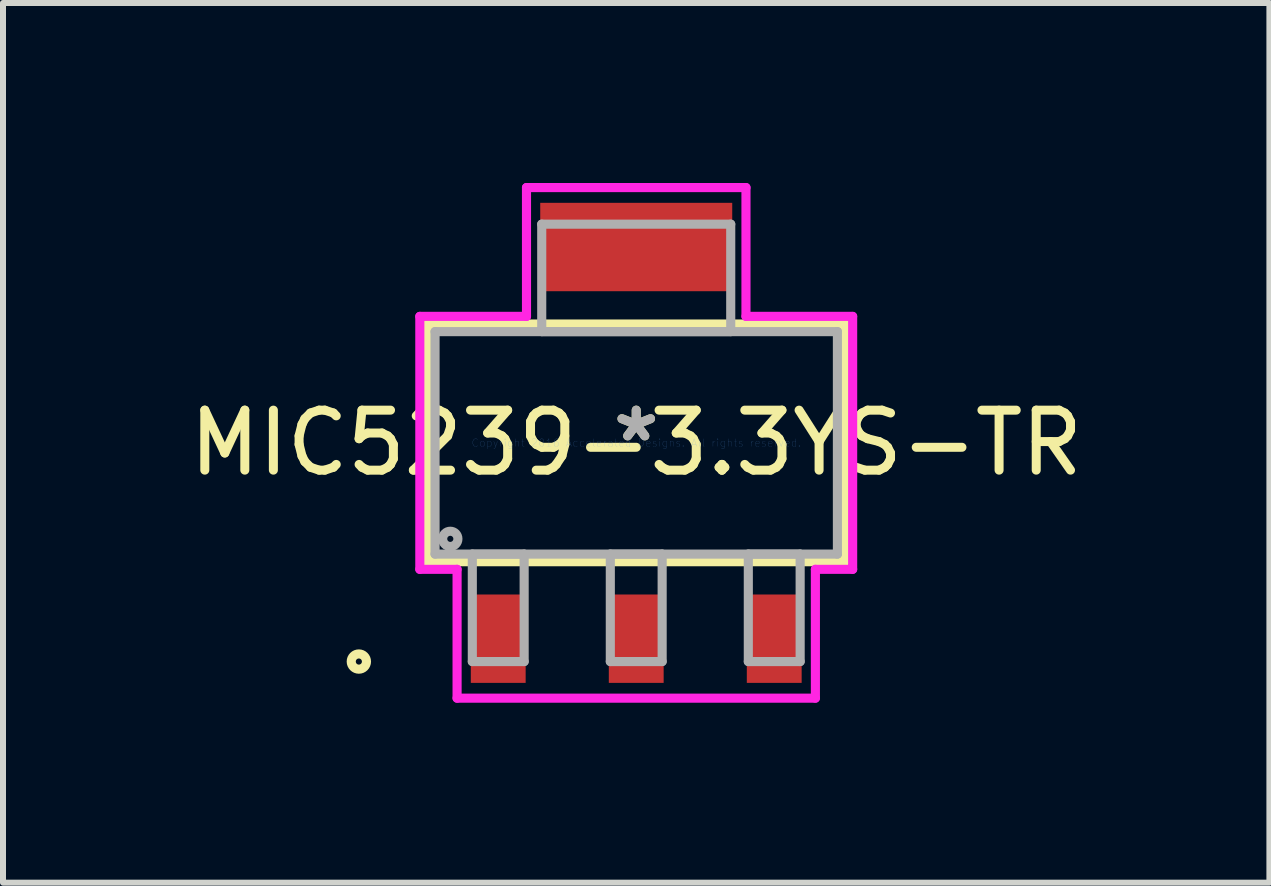
<source format=kicad_pcb>
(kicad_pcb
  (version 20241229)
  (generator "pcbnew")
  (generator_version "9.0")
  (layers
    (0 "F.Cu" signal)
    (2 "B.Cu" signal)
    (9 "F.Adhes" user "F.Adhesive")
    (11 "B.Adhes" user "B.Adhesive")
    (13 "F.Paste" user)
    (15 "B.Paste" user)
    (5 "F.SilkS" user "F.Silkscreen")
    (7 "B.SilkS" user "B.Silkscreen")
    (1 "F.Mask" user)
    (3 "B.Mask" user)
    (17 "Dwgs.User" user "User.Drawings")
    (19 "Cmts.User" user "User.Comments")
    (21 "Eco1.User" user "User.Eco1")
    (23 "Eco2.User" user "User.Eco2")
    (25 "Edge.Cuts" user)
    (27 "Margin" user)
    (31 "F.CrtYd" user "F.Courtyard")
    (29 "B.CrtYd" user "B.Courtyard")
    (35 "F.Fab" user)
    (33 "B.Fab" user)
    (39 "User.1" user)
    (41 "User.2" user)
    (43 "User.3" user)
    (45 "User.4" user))
  (footprint "MIC5239-3.3YS-TR"
    (layer "F.Cu")
    (at 7.554 4.331)
    (property "Reference" "MIC5239-3.3YS-TR" (at 0 0 0) (layer "F.SilkS") (effects (font (size 1 1) (thickness 0.15))))
    (attr through_hole)
    (fp_line (start -3.48 -1.981) (end -3.48 1.981) (stroke (width 0.152) (type solid)) (layer "F.SilkS"))
    (fp_line (start -3.48 1.981) (end 3.48 1.981) (stroke (width 0.152) (type solid)) (layer "F.SilkS"))
    (fp_line (start 3.48 -1.981) (end -3.48 -1.981) (stroke (width 0.152) (type solid)) (layer "F.SilkS"))
    (fp_line (start 3.48 1.981) (end 3.48 -1.981) (stroke (width 0.152) (type solid)) (layer "F.SilkS"))
    (fp_circle (center -4.623 3.645) (end -4.496 3.645) (stroke (width 0.152) (type solid)) (fill no) (layer "F.SilkS"))
    (fp_line (start -3.607 -2.108) (end -1.829 -2.108) (stroke (width 0.152) (type solid)) (layer "F.CrtYd"))
    (fp_line (start -3.607 2.108) (end -3.607 -2.108) (stroke (width 0.152) (type solid)) (layer "F.CrtYd"))
    (fp_line (start -2.986 2.108) (end -3.607 2.108) (stroke (width 0.152) (type solid)) (layer "F.CrtYd"))
    (fp_line (start -2.986 4.255) (end -2.986 2.108) (stroke (width 0.152) (type solid)) (layer "F.CrtYd"))
    (fp_line (start -1.829 -4.255) (end 1.829 -4.255) (stroke (width 0.152) (type solid)) (layer "F.CrtYd"))
    (fp_line (start -1.829 -2.108) (end -1.829 -4.255) (stroke (width 0.152) (type solid)) (layer "F.CrtYd"))
    (fp_line (start 1.829 -4.255) (end 1.829 -2.108) (stroke (width 0.152) (type solid)) (layer "F.CrtYd"))
    (fp_line (start 1.829 -2.108) (end 3.607 -2.108) (stroke (width 0.152) (type solid)) (layer "F.CrtYd"))
    (fp_line (start 2.986 2.108) (end 2.986 4.255) (stroke (width 0.152) (type solid)) (layer "F.CrtYd"))
    (fp_line (start 2.986 4.255) (end -2.986 4.255) (stroke (width 0.152) (type solid)) (layer "F.CrtYd"))
    (fp_line (start 3.607 -2.108) (end 3.607 2.108) (stroke (width 0.152) (type solid)) (layer "F.CrtYd"))
    (fp_line (start 3.607 2.108) (end 2.986 2.108) (stroke (width 0.152) (type solid)) (layer "F.CrtYd"))
    (fp_line (start -3.353 -1.854) (end -3.353 1.854) (stroke (width 0.152) (type solid)) (layer "F.Fab"))
    (fp_line (start -3.353 1.854) (end 3.353 1.854) (stroke (width 0.152) (type solid)) (layer "F.Fab"))
    (fp_line (start -2.732 1.854) (end -2.732 3.645) (stroke (width 0.152) (type solid)) (layer "F.Fab"))
    (fp_line (start -2.732 3.645) (end -1.868 3.645) (stroke (width 0.152) (type solid)) (layer "F.Fab"))
    (fp_line (start -1.868 1.854) (end -2.732 1.854) (stroke (width 0.152) (type solid)) (layer "F.Fab"))
    (fp_line (start -1.868 3.645) (end -1.868 1.854) (stroke (width 0.152) (type solid)) (layer "F.Fab"))
    (fp_line (start -1.575 -3.645) (end -1.575 -1.854) (stroke (width 0.152) (type solid)) (layer "F.Fab"))
    (fp_line (start -1.575 -1.854) (end 1.575 -1.854) (stroke (width 0.152) (type solid)) (layer "F.Fab"))
    (fp_line (start -0.432 1.854) (end -0.432 3.645) (stroke (width 0.152) (type solid)) (layer "F.Fab"))
    (fp_line (start -0.432 3.645) (end 0.432 3.645) (stroke (width 0.152) (type solid)) (layer "F.Fab"))
    (fp_line (start 0.432 1.854) (end -0.432 1.854) (stroke (width 0.152) (type solid)) (layer "F.Fab"))
    (fp_line (start 0.432 3.645) (end 0.432 1.854) (stroke (width 0.152) (type solid)) (layer "F.Fab"))
    (fp_line (start 1.575 -3.645) (end -1.575 -3.645) (stroke (width 0.152) (type solid)) (layer "F.Fab"))
    (fp_line (start 1.575 -1.854) (end 1.575 -3.645) (stroke (width 0.152) (type solid)) (layer "F.Fab"))
    (fp_line (start 1.868 1.854) (end 1.868 3.645) (stroke (width 0.152) (type solid)) (layer "F.Fab"))
    (fp_line (start 1.868 3.645) (end 2.732 3.645) (stroke (width 0.152) (type solid)) (layer "F.Fab"))
    (fp_line (start 2.732 1.854) (end 1.868 1.854) (stroke (width 0.152) (type solid)) (layer "F.Fab"))
    (fp_line (start 2.732 3.645) (end 2.732 1.854) (stroke (width 0.152) (type solid)) (layer "F.Fab"))
    (fp_line (start 3.353 -1.854) (end -3.353 -1.854) (stroke (width 0.152) (type solid)) (layer "F.Fab"))
    (fp_line (start 3.353 1.854) (end 3.353 -1.854) (stroke (width 0.152) (type solid)) (layer "F.Fab"))
    (fp_circle (center -3.099 1.6) (end -2.972 1.6) (stroke (width 0.152) (type solid)) (fill no) (layer "F.Fab"))
    (fp_text user "*" (at 0 0 0) (layer "F.SilkS") (effects (font (size 1 1) (thickness 0.15))))
    (fp_text user "Copyright 2016 Accelerated Designs. All rights reserved." (at 0 0 0) (layer "Cmts.User") (effects (font (size 0.127 0.127) (thickness 0.002))))
    (fp_text user "*" (at 0 0 0) (layer "F.Fab") (effects (font (size 1 1) (thickness 0.15))))
    (pad "1" smd rect (at -2.3 3.264) (size 0.914 1.473) (layers "F.Cu" "F.Mask" "F.Paste"))
    (pad "2" smd rect (at 0 3.264) (size 0.914 1.473) (layers "F.Cu" "F.Mask" "F.Paste"))
    (pad "3" smd rect (at 2.3 3.264) (size 0.914 1.473) (layers "F.Cu" "F.Mask" "F.Paste"))
    (pad "4" smd rect (at 0 -3.264) (size 3.2 1.473) (layers "F.Cu" "F.Mask" "F.Paste")))
  (gr_rect
    (start -3 -3)
    (end 18.107 11.661)
    (stroke (width 0.1) (type default))
    (fill no)
    (layer "Edge.Cuts")))
</source>
